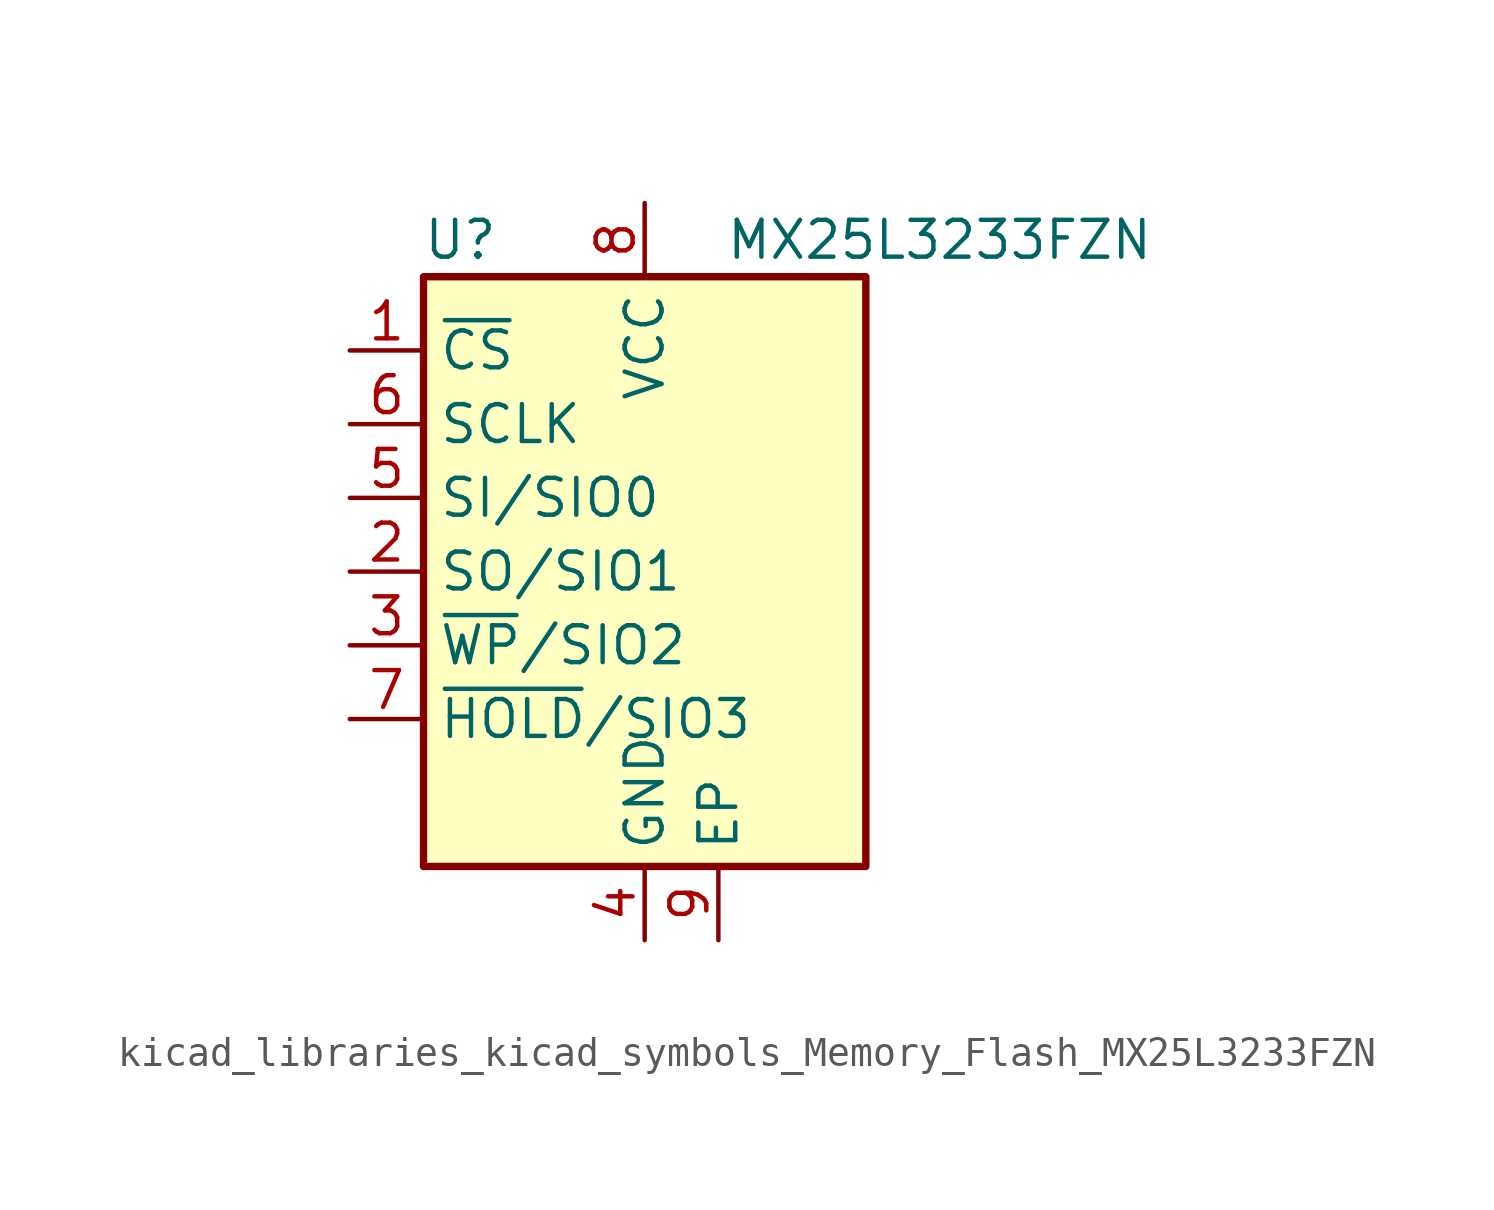
<source format=kicad_sym>
(kicad_symbol_lib
  (version 20220914)
  (generator kicad_symbol_editor)
  (symbol "kicad_libraries_kicad_symbols_Memory_Flash_MX25L3233FZN"
    (property "Reference" "U"
      (at -6.35 11.43 0)
      (effects (font (size 1.27 1.27))))
    (property "Value" "MX25L3233FZN"
      (at 10.16 11.43 0)
      (effects (font (size 1.27 1.27))))
    (symbol "kicad_libraries_kicad_symbols_Memory_Flash_MX25L3233FZN_0_1"
      (rectangle (start -7.62 10.16) (end 7.62 -10.16) (stroke (width 0.254) (type default)) (fill (type background))))
    (symbol "kicad_libraries_kicad_symbols_Memory_Flash_MX25L3233FZN_1_1"
      (pin input line (at -10.16 7.62 0) (length 2.54) (name "~{CS}" (effects (font (size 1.27 1.27)))) (number "1" (effects (font (size 1.27 1.27)))))
      (pin bidirectional line (at -10.16 0 0) (length 2.54) (name "SO/SIO1" (effects (font (size 1.27 1.27)))) (number "2" (effects (font (size 1.27 1.27)))))
      (pin bidirectional line (at -10.16 -2.54 0) (length 2.54) (name "~{WP}/SIO2" (effects (font (size 1.27 1.27)))) (number "3" (effects (font (size 1.27 1.27)))))
      (pin power_in line (at 0 -12.7 90) (length 2.54) (name "GND" (effects (font (size 1.27 1.27)))) (number "4" (effects (font (size 1.27 1.27)))))
      (pin bidirectional line (at -10.16 2.54 0) (length 2.54) (name "SI/SIO0" (effects (font (size 1.27 1.27)))) (number "5" (effects (font (size 1.27 1.27)))))
      (pin input line (at -10.16 5.08 0) (length 2.54) (name "SCLK" (effects (font (size 1.27 1.27)))) (number "6" (effects (font (size 1.27 1.27)))))
      (pin bidirectional line (at -10.16 -5.08 0) (length 2.54) (name "~{HOLD}/SIO3" (effects (font (size 1.27 1.27)))) (number "7" (effects (font (size 1.27 1.27)))))
      (pin power_in line (at 0 12.7 270) (length 2.54) (name "VCC" (effects (font (size 1.27 1.27)))) (number "8" (effects (font (size 1.27 1.27)))))
      (pin passive line (at 2.54 -12.7 90) (length 2.54) (name "EP" (effects (font (size 1.27 1.27)))) (number "9" (effects (font (size 1.27 1.27))))))))
</source>
